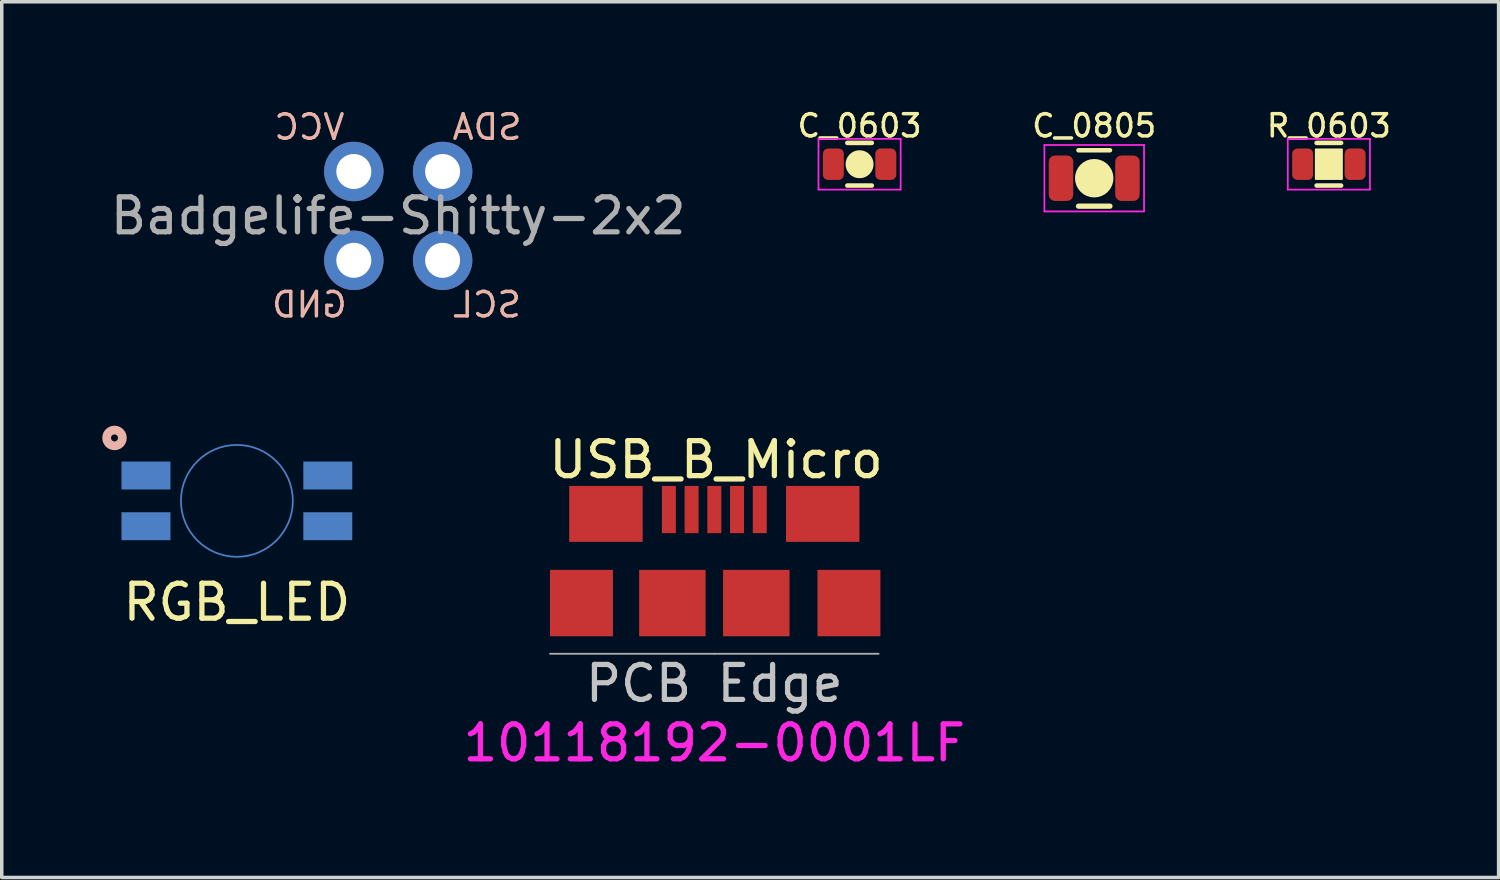
<source format=kicad_pcb>
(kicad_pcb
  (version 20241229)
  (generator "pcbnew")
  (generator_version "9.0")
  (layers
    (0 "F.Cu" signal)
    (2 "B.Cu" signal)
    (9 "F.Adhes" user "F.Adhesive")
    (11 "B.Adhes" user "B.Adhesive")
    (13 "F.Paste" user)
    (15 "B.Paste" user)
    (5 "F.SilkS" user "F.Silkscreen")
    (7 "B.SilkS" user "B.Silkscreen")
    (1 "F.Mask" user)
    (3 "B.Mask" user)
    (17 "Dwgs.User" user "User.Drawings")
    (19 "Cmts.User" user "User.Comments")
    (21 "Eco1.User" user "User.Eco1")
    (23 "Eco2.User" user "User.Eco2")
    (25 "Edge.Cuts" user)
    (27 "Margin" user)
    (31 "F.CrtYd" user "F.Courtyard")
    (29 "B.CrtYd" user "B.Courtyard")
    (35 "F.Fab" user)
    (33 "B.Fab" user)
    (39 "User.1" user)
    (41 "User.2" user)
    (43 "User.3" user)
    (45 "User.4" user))
  (footprint "R_0603"
    (layer "F.Cu")
    (at 34.956 1.647)
    (property "Reference" "R_0603" (at 0 -1.1 0) (layer "F.SilkS") (effects (font (size 0.635 0.635) (thickness 0.1))))
    (attr smd)
    (fp_line (start -0.35 -0.61) (end 0.35 -0.61) (stroke (width 0.13) (type solid)) (layer "F.SilkS"))
    (fp_line (start 0.35 0.61) (end -0.35 0.61) (stroke (width 0.13) (type solid)) (layer "F.SilkS"))
    (fp_poly (pts (xy 0.375 0.425) (xy 0.375 -0.425) (xy -0.375 -0.425) (xy -0.375 0.425) (xy 0.25 0.425)) (stroke (width 0.05) (type solid)) (fill yes) (layer "F.SilkS"))
    (fp_line (start -1.175 -0.725) (end -1.175 0.725) (stroke (width 0.05) (type solid)) (layer "F.CrtYd"))
    (fp_line (start -1.175 -0.725) (end 1.175 -0.725) (stroke (width 0.05) (type solid)) (layer "F.CrtYd"))
    (fp_line (start -1.175 0.725) (end 1.175 0.725) (stroke (width 0.05) (type solid)) (layer "F.CrtYd"))
    (fp_line (start 1.175 -0.725) (end 1.175 0.725) (stroke (width 0.05) (type solid)) (layer "F.CrtYd"))
    (pad "1" smd roundrect (at -0.75 0) (size 0.6 0.9) (layers "F.Cu" "F.Mask" "F.Paste") (roundrect_rratio 0.25))
    (pad "2" smd roundrect (at 0.75 0) (size 0.6 0.9) (layers "F.Cu" "F.Mask" "F.Paste") (roundrect_rratio 0.25)))
  (footprint "Badgelife-Shitty-2x2"
    (layer "F.Cu")
    (at 8.339 3.125)
    (property "Reference" "Badgelife-Shitty-2x2" (at 0 0 0) (layer "F.Fab") (effects (font (size 1 1) (thickness 0.15))))
    (attr through_hole)
    (fp_text user "VCC" (at -2.54 -2.54 0) (layer "B.SilkS") (effects (font (size 0.7 0.7) (thickness 0.1)) (justify mirror)))
    (fp_text user "SDA" (at 2.54 -2.54 0) (layer "B.SilkS") (effects (font (size 0.7 0.7) (thickness 0.1)) (justify mirror)))
    (fp_text user "GND" (at -2.54 2.54 0) (layer "B.SilkS") (effects (font (size 0.7 0.7) (thickness 0.1)) (justify mirror)))
    (fp_text user "SCL" (at 2.54 2.54 0) (layer "B.SilkS") (effects (font (size 0.7 0.7) (thickness 0.1)) (justify mirror)))
    (pad "1" thru_hole oval (at -1.27 -1.27) (size 1.7 1.7) (drill 1) (layers "*.Cu" "*.Mask"))
    (pad "2" thru_hole oval (at -1.27 1.27) (size 1.7 1.7) (drill 1) (layers "*.Cu" "*.Mask"))
    (pad "3" thru_hole oval (at 1.27 1.27) (size 1.7 1.7) (drill 1) (layers "*.Cu" "*.Mask"))
    (pad "4" thru_hole circle (at 1.27 -1.27) (size 1.7 1.7) (drill 1) (layers "*.Cu" "*.Mask")))
  (footprint "USB_B_Micro"
    (layer "F.Cu")
    (at 17.38 14.198)
    (property "Reference" "USB_B_Micro" (at 0.05 -4.1 180) (layer "F.SilkS") (effects (font (size 1 1) (thickness 0.15))))
    (attr through_hole)
    (fp_line (start 0 1.45) (end -4.7 1.45) (stroke (width 0.05) (type solid)) (layer "F.Fab"))
    (fp_line (start 0 1.45) (end 4.7 1.45) (stroke (width 0.05) (type solid)) (layer "F.Fab"))
    (fp_text user "PCB Edge" (at 0 2.3 0) (layer "Dwgs.User") (effects (font (size 1 1) (thickness 0.15))))
    (fp_text user "10118192-0001LF" (at 0 4 0) (layer "F.CrtYd") (effects (font (size 1 1) (thickness 0.15))))
    (pad "1" smd rect (at -1.3 -2.675) (size 0.4 1.35) (layers "F.Cu" "F.Mask" "F.Paste"))
    (pad "2" smd rect (at -0.65 -2.675) (size 0.4 1.35) (layers "F.Cu" "F.Mask" "F.Paste"))
    (pad "3" smd rect (at 0 -2.675) (size 0.4 1.35) (layers "F.Cu" "F.Mask" "F.Paste"))
    (pad "4" smd rect (at 0.65 -2.675) (size 0.4 1.35) (layers "F.Cu" "F.Mask" "F.Paste"))
    (pad "5" smd rect (at 1.3 -2.675) (size 0.4 1.35) (layers "F.Cu" "F.Mask" "F.Paste"))
    (pad "6" smd rect (at -3.8 0) (size 1.8 1.9) (layers "F.Cu" "F.Mask" "F.Paste"))
    (pad "6" smd rect (at -3.1 -2.55) (size 2.1 1.6) (layers "F.Cu" "F.Mask" "F.Paste"))
    (pad "6" smd rect (at -1.2 0) (size 1.9 1.9) (layers "F.Cu" "F.Mask" "F.Paste"))
    (pad "6" smd rect (at 1.2 0) (size 1.9 1.9) (layers "F.Cu" "F.Mask" "F.Paste"))
    (pad "6" smd rect (at 3.1 -2.55) (size 2.1 1.6) (layers "F.Cu" "F.Mask" "F.Paste"))
    (pad "6" smd rect (at 3.85 0) (size 1.8 1.9) (layers "F.Cu" "F.Mask" "F.Paste")))
  (footprint "C_0805"
    (layer "F.Cu")
    (at 28.245 2.047)
    (property "Reference" "C_0805" (at 0 -1.5 0) (layer "F.SilkS") (effects (font (size 0.635 0.635) (thickness 0.1))))
    (attr smd)
    (fp_line (start -0.45 -0.8) (end 0.45 -0.8) (stroke (width 0.13) (type solid)) (layer "F.SilkS"))
    (fp_line (start 0.45 0.8) (end -0.45 0.8) (stroke (width 0.15) (type solid)) (layer "F.SilkS"))
    (fp_circle (center 0 0) (end 0.275 0) (stroke (width 0.55) (type solid)) (fill no) (layer "F.SilkS"))
    (fp_line (start -1.425 -0.95) (end -1.425 0.95) (stroke (width 0.05) (type solid)) (layer "F.CrtYd"))
    (fp_line (start -1.425 -0.95) (end 1.425 -0.95) (stroke (width 0.05) (type solid)) (layer "F.CrtYd"))
    (fp_line (start -1.425 0.95) (end 1.425 0.95) (stroke (width 0.05) (type solid)) (layer "F.CrtYd"))
    (fp_line (start 1.425 -0.95) (end 1.425 0.95) (stroke (width 0.05) (type solid)) (layer "F.CrtYd"))
    (pad "1" smd roundrect (at -0.95 0) (size 0.7 1.3) (layers "F.Cu" "F.Mask" "F.Paste") (roundrect_rratio 0.25))
    (pad "2" smd roundrect (at 0.95 0) (size 0.7 1.3) (layers "F.Cu" "F.Mask" "F.Paste") (roundrect_rratio 0.25)))
  (footprint "C_0603"
    (layer "F.Cu")
    (at 21.534 1.647)
    (property "Reference" "C_0603" (at 0 -1.1 0) (layer "F.SilkS") (effects (font (size 0.635 0.635) (thickness 0.1))))
    (attr smd)
    (fp_line (start -0.35 -0.61) (end 0.35 -0.61) (stroke (width 0.13) (type solid)) (layer "F.SilkS"))
    (fp_line (start 0.35 0.61) (end -0.35 0.61) (stroke (width 0.13) (type solid)) (layer "F.SilkS"))
    (fp_circle (center 0 0) (end 0.2 0) (stroke (width 0.4) (type solid)) (fill no) (layer "F.SilkS"))
    (fp_line (start -1.175 -0.725) (end -1.175 0.725) (stroke (width 0.05) (type solid)) (layer "F.CrtYd"))
    (fp_line (start -1.175 -0.725) (end 1.175 -0.725) (stroke (width 0.05) (type solid)) (layer "F.CrtYd"))
    (fp_line (start -1.175 0.725) (end 1.175 0.725) (stroke (width 0.05) (type solid)) (layer "F.CrtYd"))
    (fp_line (start 1.175 -0.725) (end 1.175 0.725) (stroke (width 0.05) (type solid)) (layer "F.CrtYd"))
    (pad "1" smd roundrect (at -0.75 0) (size 0.6 0.9) (layers "F.Cu" "F.Mask" "F.Paste") (roundrect_rratio 0.25))
    (pad "2" smd roundrect (at 0.75 0) (size 0.6 0.9) (layers "F.Cu" "F.Mask" "F.Paste") (roundrect_rratio 0.25)))
  (footprint "RGB_LED"
    (layer "F.Cu")
    (at 3.725 11.275)
    (property "Reference" "RGB_LED" (at 0 2.9 0) (layer "F.SilkS") (effects (font (size 1 1) (thickness 0.15))))
    (attr through_hole)
    (fp_circle (center 0 0) (end 1.6 0) (stroke (width 0.05) (type solid)) (fill no) (layer "B.Cu"))
    (fp_circle (center 0 0) (end 0.55 0) (stroke (width 2.15) (type solid)) (fill no) (layer "B.Mask"))
    (fp_circle (center -3.5 -1.8) (end -3.4 -1.8) (stroke (width 0.25) (type solid)) (fill no) (layer "B.SilkS"))
    (pad "1" smd rect (at -2.6 -0.725) (size 1.4 0.8) (layers "B.Cu" "B.Mask" "B.Paste"))
    (pad "2" smd rect (at 2.6 -0.725) (size 1.4 0.8) (layers "B.Cu" "B.Mask" "B.Paste"))
    (pad "3" smd rect (at 2.6 0.725) (size 1.4 0.8) (layers "B.Cu" "B.Mask" "B.Paste"))
    (pad "4" smd rect (at -2.6 0.725) (size 1.4 0.8) (layers "B.Cu" "B.Mask" "B.Paste")))
  (gr_rect
    (start -3 -3)
    (end 39.811 22.047)
    (stroke (width 0.1) (type default))
    (fill no)
    (layer "Edge.Cuts")))
</source>
